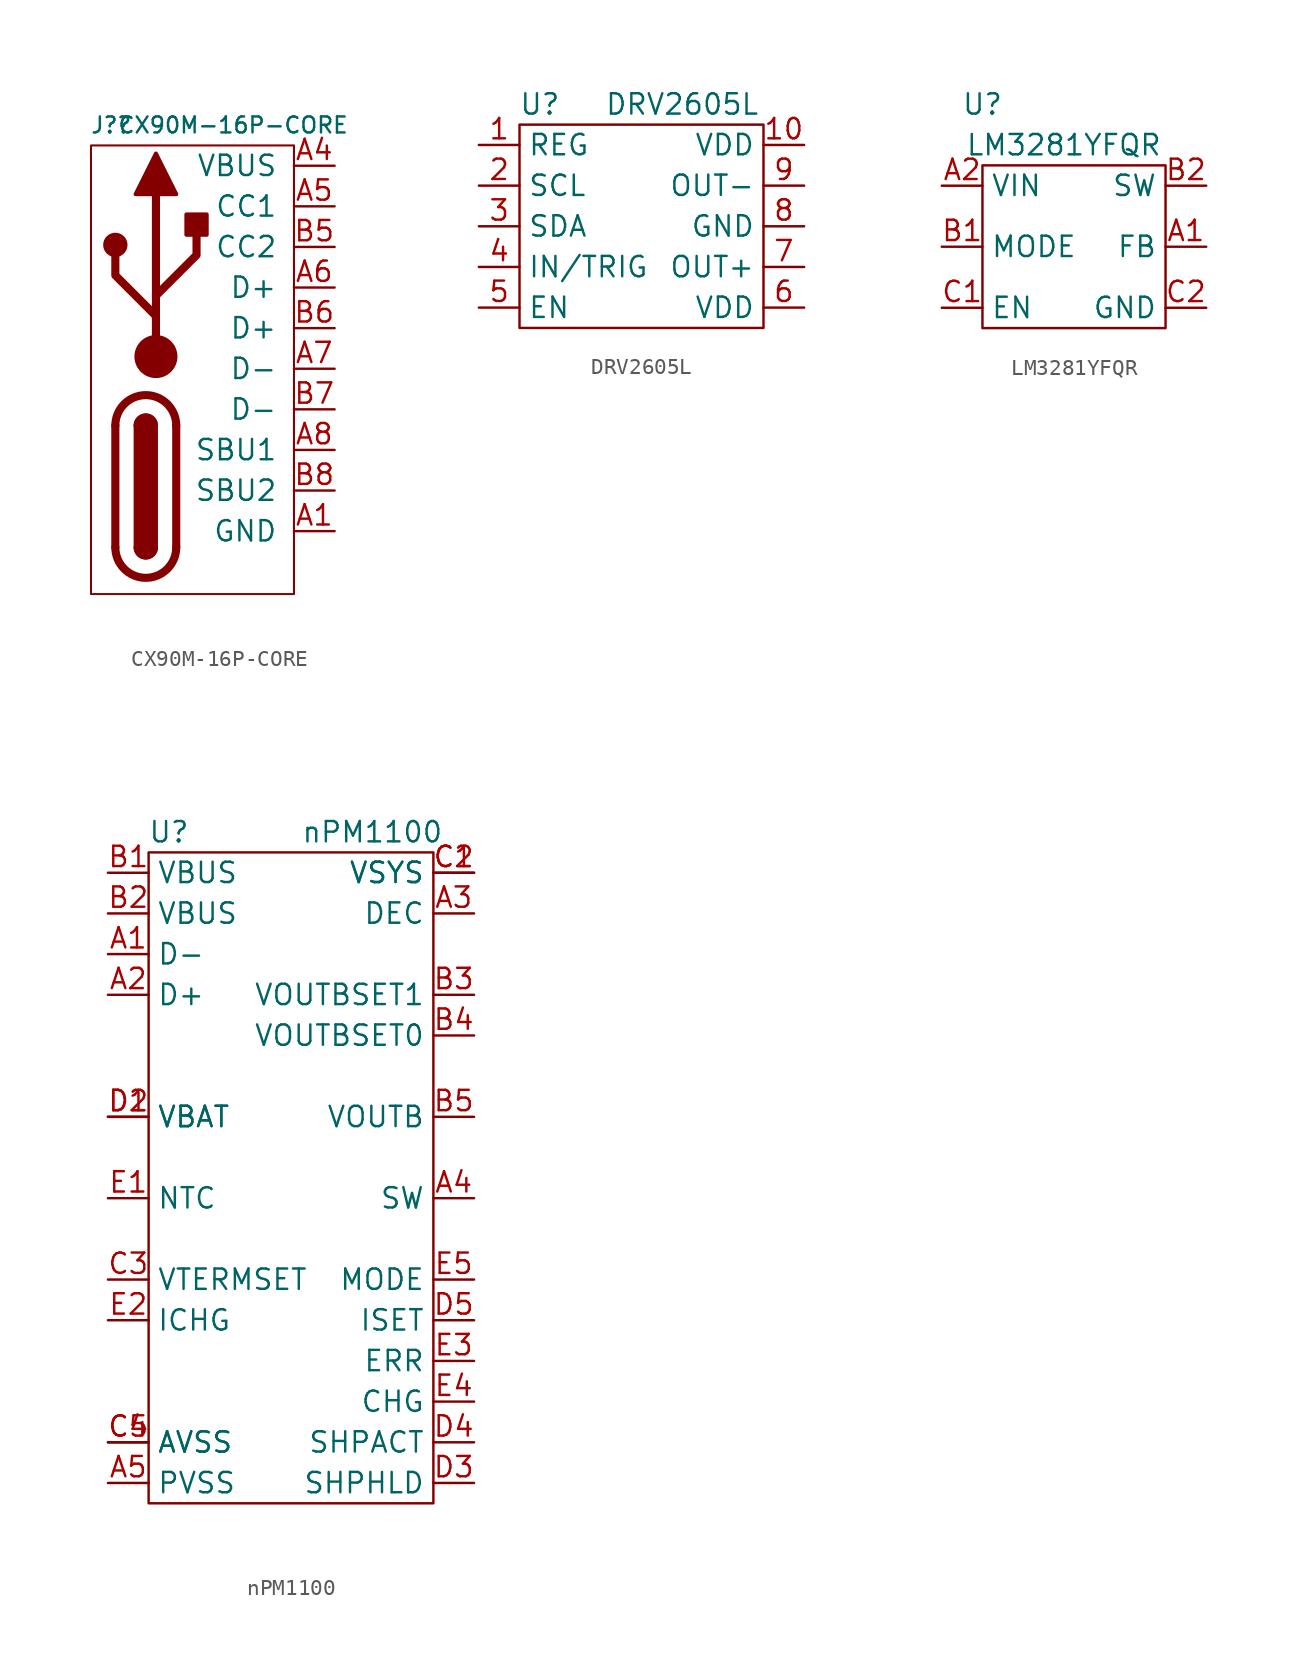
<source format=kicad_sym>
(kicad_symbol_lib
  (version 20211014)
  (generator kicad_symbol_editor)
  (symbol "CX90M-16P-CORE"
    (pin_names
      (offset 1.016))
    (property "Reference" "J?"
      (at -6.35 15.24 0)
      (effects (font (size 1 1))))
    (property "Value" "CX90M-16P-CORE"
      (at 1.27 15.24 0)
      (effects (font (size 1 1))))
    (symbol "CX90M-16P-CORE_0_1"
      (rectangle (start -7.62 13.97) (end 5.08 -14.097) (stroke (width 0.127) (type default) (color 0 0 0 0)) (fill (type none)))
      (arc (start -6.096 -11.176) (mid -4.191 -13.081) (end -2.286 -11.176) (stroke (width 0.508) (type default) (color 0 0 0 0)) (fill (type none)))
      (circle (center -6.096 7.747) (radius 0.635) (stroke (width 0.254) (type default) (color 0 0 0 0)) (fill (type outline)))
      (arc (start -4.826 -11.176) (mid -4.191 -11.811) (end -3.556 -11.176) (stroke (width 0.254) (type default) (color 0 0 0 0)) (fill (type none)))
      (arc (start -4.826 -11.176) (mid -4.191 -11.811) (end -3.556 -11.176) (stroke (width 0.254) (type default) (color 0 0 0 0)) (fill (type outline)))
      (rectangle (start -4.826 -11.176) (end -3.556 -3.556) (stroke (width 0.254) (type default) (color 0 0 0 0)) (fill (type outline)))
      (arc (start -3.556 -3.556) (mid -4.191 -2.921) (end -4.826 -3.556) (stroke (width 0.254) (type default) (color 0 0 0 0)) (fill (type none)))
      (arc (start -3.556 -3.556) (mid -4.191 -2.921) (end -4.826 -3.556) (stroke (width 0.254) (type default) (color 0 0 0 0)) (fill (type outline)))
      (circle (center -3.556 0.762) (radius 1.27) (stroke (width 0) (type default) (color 0 0 0 0)) (fill (type outline)))
      (arc (start -2.286 -3.556) (mid -4.191 -1.651) (end -6.096 -3.556) (stroke (width 0.508) (type default) (color 0 0 0 0)) (fill (type none)))
      (rectangle (start -1.651 8.382) (end -0.381 9.652) (stroke (width 0.254) (type default) (color 0 0 0 0)) (fill (type outline)))
      (polyline (pts (xy -6.096 -11.176) (xy -6.096 -3.556)) (stroke (width 0.508) (type default) (color 0 0 0 0)) (fill (type none)))
      (polyline (pts (xy -3.556 0.762) (xy -3.556 10.922)) (stroke (width 0.508) (type default) (color 0 0 0 0)) (fill (type none)))
      (polyline (pts (xy -2.286 -3.556) (xy -2.286 -11.176)) (stroke (width 0.508) (type default) (color 0 0 0 0)) (fill (type none)))
      (polyline (pts (xy -3.556 3.302) (xy -6.096 5.842) (xy -6.096 7.112)) (stroke (width 0.508) (type default) (color 0 0 0 0)) (fill (type none)))
      (polyline (pts (xy -3.556 4.572) (xy -1.016 7.112) (xy -1.016 8.382)) (stroke (width 0.508) (type default) (color 0 0 0 0)) (fill (type none)))
      (polyline (pts (xy -4.826 10.922) (xy -3.556 13.462) (xy -2.286 10.922) (xy -4.826 10.922)) (stroke (width 0.254) (type default) (color 0 0 0 0)) (fill (type outline))))
    (symbol "CX90M-16P-CORE_1_1"
      (pin passive line (at 7.62 -10.16 180) (length 2.54) (name "GND" (effects (font (size 1.27 1.27)))) (number "A1" (effects (font (size 1.27 1.27)))))
      (pin passive line (at 7.62 -10.16 180) (length 2.54) hide (name "GND" (effects (font (size 1.27 1.27)))) (number "A12" (effects (font (size 1.27 1.27)))))
      (pin passive line (at 7.62 12.7 180) (length 2.54) (name "VBUS" (effects (font (size 1.27 1.27)))) (number "A4" (effects (font (size 1.27 1.27)))))
      (pin bidirectional line (at 7.62 10.16 180) (length 2.54) (name "CC1" (effects (font (size 1.27 1.27)))) (number "A5" (effects (font (size 1.27 1.27)))))
      (pin bidirectional line (at 7.62 5.08 180) (length 2.54) (name "D+" (effects (font (size 1.27 1.27)))) (number "A6" (effects (font (size 1.27 1.27)))))
      (pin bidirectional line (at 7.62 0 180) (length 2.54) (name "D-" (effects (font (size 1.27 1.27)))) (number "A7" (effects (font (size 1.27 1.27)))))
      (pin bidirectional line (at 7.62 -5.08 180) (length 2.54) (name "SBU1" (effects (font (size 1.27 1.27)))) (number "A8" (effects (font (size 1.27 1.27)))))
      (pin passive line (at 7.62 12.7 180) (length 2.54) hide (name "VBUS" (effects (font (size 1.27 1.27)))) (number "A9" (effects (font (size 1.27 1.27)))))
      (pin passive line (at 7.62 -10.16 180) (length 2.54) hide (name "GND" (effects (font (size 1.27 1.27)))) (number "B1" (effects (font (size 1.27 1.27)))))
      (pin passive line (at 7.62 -10.16 180) (length 2.54) hide (name "GND" (effects (font (size 1.27 1.27)))) (number "B12" (effects (font (size 1.27 1.27)))))
      (pin passive line (at 7.62 12.7 180) (length 2.54) hide (name "VBUS" (effects (font (size 1.27 1.27)))) (number "B4" (effects (font (size 1.27 1.27)))))
      (pin bidirectional line (at 7.62 7.62 180) (length 2.54) (name "CC2" (effects (font (size 1.27 1.27)))) (number "B5" (effects (font (size 1.27 1.27)))))
      (pin bidirectional line (at 7.62 2.54 180) (length 2.54) (name "D+" (effects (font (size 1.27 1.27)))) (number "B6" (effects (font (size 1.27 1.27)))))
      (pin bidirectional line (at 7.62 -2.54 180) (length 2.54) (name "D-" (effects (font (size 1.27 1.27)))) (number "B7" (effects (font (size 1.27 1.27)))))
      (pin bidirectional line (at 7.62 -7.62 180) (length 2.54) (name "SBU2" (effects (font (size 1.27 1.27)))) (number "B8" (effects (font (size 1.27 1.27)))))
      (pin passive line (at 7.62 12.7 180) (length 2.54) hide (name "VBUS" (effects (font (size 1.27 1.27)))) (number "B9" (effects (font (size 1.27 1.27)))))))
  (symbol "DRV2605L"
    (property "Reference" "U"
      (at -6.35 7.62 0)
      (effects (font (size 1.27 1.27))))
    (property "Value" "DRV2605L"
      (at 2.54 7.62 0)
      (effects (font (size 1.27 1.27))))
    (symbol "DRV2605L_0_0"
      (pin power_out line (at -10.16 5.08 0) (length 2.54) (name "REG" (effects (font (size 1.27 1.27)))) (number "1" (effects (font (size 1.27 1.27)))))
      (pin output line (at 10.16 5.08 180) (length 2.54) (name "VDD" (effects (font (size 1.27 1.27)))) (number "10" (effects (font (size 1.27 1.27)))))
      (pin input line (at -10.16 2.54 0) (length 2.54) (name "SCL" (effects (font (size 1.27 1.27)))) (number "2" (effects (font (size 1.27 1.27)))))
      (pin bidirectional line (at -10.16 0 0) (length 2.54) (name "SDA" (effects (font (size 1.27 1.27)))) (number "3" (effects (font (size 1.27 1.27)))))
      (pin input line (at -10.16 -2.54 0) (length 2.54) (name "IN/TRIG" (effects (font (size 1.27 1.27)))) (number "4" (effects (font (size 1.27 1.27)))))
      (pin input line (at -10.16 -5.08 0) (length 2.54) (name "EN" (effects (font (size 1.27 1.27)))) (number "5" (effects (font (size 1.27 1.27)))))
      (pin power_in line (at 10.16 -5.08 180) (length 2.54) (name "VDD" (effects (font (size 1.27 1.27)))) (number "6" (effects (font (size 1.27 1.27)))))
      (pin output line (at 10.16 -2.54 180) (length 2.54) (name "OUT+" (effects (font (size 1.27 1.27)))) (number "7" (effects (font (size 1.27 1.27)))))
      (pin power_in line (at 10.16 0 180) (length 2.54) (name "GND" (effects (font (size 1.27 1.27)))) (number "8" (effects (font (size 1.27 1.27)))))
      (pin output line (at 10.16 2.54 180) (length 2.54) (name "OUT-" (effects (font (size 1.27 1.27)))) (number "9" (effects (font (size 1.27 1.27))))))
    (symbol "DRV2605L_0_1"
      (rectangle (start -7.62 6.35) (end 7.62 -6.35) (stroke (width 0) (type default) (color 0 0 0 0)) (fill (type none)))))
  (symbol "LM3281YFQR"
    (property "Reference" "U"
      (at -5.08 8.89 0)
      (effects (font (size 1.27 1.27))))
    (property "Value" "LM3281YFQR"
      (at 0 6.35 0)
      (effects (font (size 1.27 1.27))))
    (symbol "LM3281YFQR_0_0"
      (pin input line (at 8.89 0 180) (length 2.54) (name "FB" (effects (font (size 1.27 1.27)))) (number "A1" (effects (font (size 1.27 1.27)))))
      (pin power_in line (at -7.62 3.81 0) (length 2.54) (name "VIN" (effects (font (size 1.27 1.27)))) (number "A2" (effects (font (size 1.27 1.27)))))
      (pin input line (at -7.62 0 0) (length 2.54) (name "MODE" (effects (font (size 1.27 1.27)))) (number "B1" (effects (font (size 1.27 1.27)))))
      (pin power_out line (at 8.89 3.81 180) (length 2.54) (name "SW" (effects (font (size 1.27 1.27)))) (number "B2" (effects (font (size 1.27 1.27)))))
      (pin input line (at -7.62 -3.81 0) (length 2.54) (name "EN" (effects (font (size 1.27 1.27)))) (number "C1" (effects (font (size 1.27 1.27)))))
      (pin power_in line (at 8.89 -3.81 180) (length 2.54) (name "GND" (effects (font (size 1.27 1.27)))) (number "C2" (effects (font (size 1.27 1.27))))))
    (symbol "LM3281YFQR_0_1"
      (rectangle (start -5.08 5.08) (end 6.35 -5.08) (stroke (width 0) (type default) (color 0 0 0 0)) (fill (type none)))))
  (symbol "nPM1100"
    (property "Reference" "U"
      (at -7.62 21.59 0)
      (effects (font (size 1.27 1.27))))
    (property "Value" "nPM1100"
      (at 5.08 21.59 0)
      (effects (font (size 1.27 1.27))))
    (symbol "nPM1100_0_0"
      (pin bidirectional line (at -11.43 13.97 0) (length 2.54) (name "D-" (effects (font (size 1.27 1.27)))) (number "A1" (effects (font (size 1.27 1.27)))))
      (pin bidirectional line (at -11.43 11.43 0) (length 2.54) (name "D+" (effects (font (size 1.27 1.27)))) (number "A2" (effects (font (size 1.27 1.27)))))
      (pin power_in line (at 11.43 16.51 180) (length 2.54) (name "DEC" (effects (font (size 1.27 1.27)))) (number "A3" (effects (font (size 1.27 1.27)))))
      (pin power_in line (at 11.43 -1.27 180) (length 2.54) (name "SW" (effects (font (size 1.27 1.27)))) (number "A4" (effects (font (size 1.27 1.27)))))
      (pin power_in line (at -11.43 -19.05 0) (length 2.54) (name "PVSS" (effects (font (size 1.27 1.27)))) (number "A5" (effects (font (size 1.27 1.27)))))
      (pin power_in line (at -11.43 19.05 0) (length 2.54) (name "VBUS" (effects (font (size 1.27 1.27)))) (number "B1" (effects (font (size 1.27 1.27)))))
      (pin power_in line (at -11.43 16.51 0) (length 2.54) (name "VBUS" (effects (font (size 1.27 1.27)))) (number "B2" (effects (font (size 1.27 1.27)))))
      (pin input line (at 11.43 11.43 180) (length 2.54) (name "VOUTBSET1" (effects (font (size 1.27 1.27)))) (number "B3" (effects (font (size 1.27 1.27)))))
      (pin input line (at 11.43 8.89 180) (length 2.54) (name "VOUTBSET0" (effects (font (size 1.27 1.27)))) (number "B4" (effects (font (size 1.27 1.27)))))
      (pin input line (at 11.43 3.81 180) (length 2.54) (name "VOUTB" (effects (font (size 1.27 1.27)))) (number "B5" (effects (font (size 1.27 1.27)))))
      (pin power_out line (at 11.43 19.05 180) (length 2.54) (name "VSYS" (effects (font (size 1.27 1.27)))) (number "C1" (effects (font (size 1.27 1.27)))))
      (pin power_out line (at 11.43 19.05 180) (length 2.54) (name "VSYS" (effects (font (size 1.27 1.27)))) (number "C2" (effects (font (size 1.27 1.27)))))
      (pin input line (at -11.43 -6.35 0) (length 2.54) (name "VTERMSET" (effects (font (size 1.27 1.27)))) (number "C3" (effects (font (size 1.27 1.27)))))
      (pin power_in line (at -11.43 -16.51 0) (length 2.54) (name "AVSS" (effects (font (size 1.27 1.27)))) (number "C4" (effects (font (size 1.27 1.27)))))
      (pin power_in line (at -11.43 -16.51 0) (length 2.54) (name "AVSS" (effects (font (size 1.27 1.27)))) (number "C5" (effects (font (size 1.27 1.27)))))
      (pin power_in line (at -11.43 3.81 0) (length 2.54) (name "VBAT" (effects (font (size 1.27 1.27)))) (number "D1" (effects (font (size 1.27 1.27)))))
      (pin power_in line (at -11.43 3.81 0) (length 2.54) (name "VBAT" (effects (font (size 1.27 1.27)))) (number "D2" (effects (font (size 1.27 1.27)))))
      (pin input line (at 11.43 -19.05 180) (length 2.54) (name "SHPHLD" (effects (font (size 1.27 1.27)))) (number "D3" (effects (font (size 1.27 1.27)))))
      (pin input line (at 11.43 -16.51 180) (length 2.54) (name "SHPACT" (effects (font (size 1.27 1.27)))) (number "D4" (effects (font (size 1.27 1.27)))))
      (pin input line (at 11.43 -8.89 180) (length 2.54) (name "ISET" (effects (font (size 1.27 1.27)))) (number "D5" (effects (font (size 1.27 1.27)))))
      (pin input line (at -11.43 -1.27 0) (length 2.54) (name "NTC" (effects (font (size 1.27 1.27)))) (number "E1" (effects (font (size 1.27 1.27)))))
      (pin input line (at -11.43 -8.89 0) (length 2.54) (name "ICHG" (effects (font (size 1.27 1.27)))) (number "E2" (effects (font (size 1.27 1.27)))))
      (pin output line (at 11.43 -11.43 180) (length 2.54) (name "ERR" (effects (font (size 1.27 1.27)))) (number "E3" (effects (font (size 1.27 1.27)))))
      (pin output line (at 11.43 -13.97 180) (length 2.54) (name "CHG" (effects (font (size 1.27 1.27)))) (number "E4" (effects (font (size 1.27 1.27)))))
      (pin input line (at 11.43 -6.35 180) (length 2.54) (name "MODE" (effects (font (size 1.27 1.27)))) (number "E5" (effects (font (size 1.27 1.27))))))
    (symbol "nPM1100_0_1"
      (rectangle (start -8.89 20.32) (end 8.89 -20.32) (stroke (width 0) (type default) (color 0 0 0 0)) (fill (type none))))))
</source>
